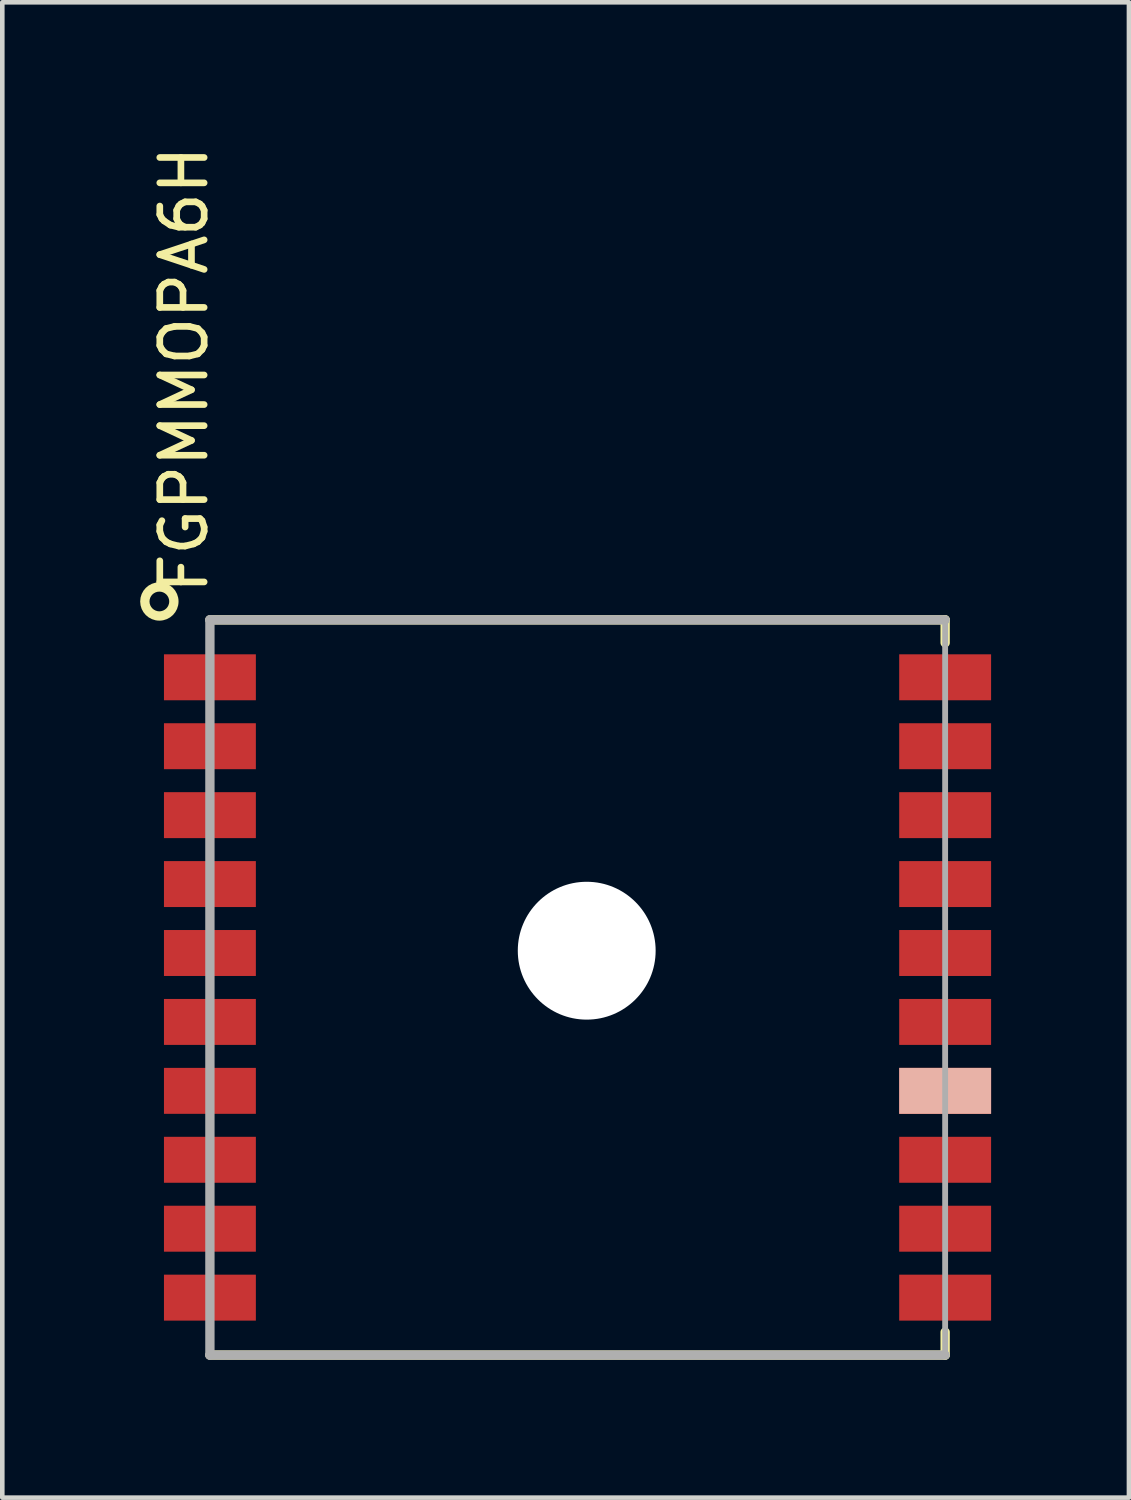
<source format=kicad_pcb>
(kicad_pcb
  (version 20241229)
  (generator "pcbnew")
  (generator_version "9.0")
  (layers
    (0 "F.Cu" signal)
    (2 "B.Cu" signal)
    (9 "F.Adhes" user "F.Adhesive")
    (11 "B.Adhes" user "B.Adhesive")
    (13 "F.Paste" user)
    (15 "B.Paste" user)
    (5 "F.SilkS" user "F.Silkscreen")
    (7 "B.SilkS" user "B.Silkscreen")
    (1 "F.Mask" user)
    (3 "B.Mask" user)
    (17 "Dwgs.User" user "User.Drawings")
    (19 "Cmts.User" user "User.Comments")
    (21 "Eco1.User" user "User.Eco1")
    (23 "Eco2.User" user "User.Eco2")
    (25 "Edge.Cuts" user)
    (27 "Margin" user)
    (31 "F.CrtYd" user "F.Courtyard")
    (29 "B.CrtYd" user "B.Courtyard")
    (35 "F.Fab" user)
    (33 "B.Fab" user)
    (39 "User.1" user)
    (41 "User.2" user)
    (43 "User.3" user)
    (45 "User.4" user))
  (footprint "FGPMMOPA6H"
    (layer "F.Cu")
    (at 9.518 18.439)
    (property "Reference" "FGPMMOPA6H" (at -8 -8.5 270) (layer "F.SilkS") (effects (font (size 0.965 0.965) (thickness 0.145)) (justify left bottom)))
    (attr through_hole)
    (fp_line (start -8 -8) (end 8 -8) (stroke (width 0.203) (type solid)) (layer "F.SilkS"))
    (fp_line (start 8 -8) (end 8 -7.5) (stroke (width 0.203) (type solid)) (layer "F.SilkS"))
    (fp_line (start 8 7.5) (end 8 8) (stroke (width 0.203) (type solid)) (layer "F.SilkS"))
    (fp_line (start 8 8) (end -8 8) (stroke (width 0.203) (type solid)) (layer "F.SilkS"))
    (fp_circle (center -9.1 -8.4) (end -8.784 -8.4) (stroke (width 0.203) (type solid)) (fill no) (layer "F.SilkS"))
    (fp_line (start -8 -8) (end 8 -8) (stroke (width 0.203) (type solid)) (layer "F.Fab"))
    (fp_line (start -8 8) (end -8 -8) (stroke (width 0.203) (type solid)) (layer "F.Fab"))
    (fp_line (start 8 -8) (end 8 8) (stroke (width 0.127) (type solid)) (layer "F.Fab"))
    (fp_line (start 8 8) (end -8 8) (stroke (width 0.203) (type solid)) (layer "F.Fab"))
    (pad "" np_thru_hole circle (at 0.2 -0.8) (size 3 3) (drill 3) (layers "*.Cu" "*.Mask"))
    (pad "1" smd rect (at -8 -6.75) (size 2 1) (layers "F.Cu" "F.Mask" "F.Paste"))
    (pad "2" smd rect (at -8 -5.25) (size 2 1) (layers "F.Cu" "F.Mask" "F.Paste"))
    (pad "3" smd rect (at -8 -3.75) (size 2 1) (layers "F.Cu" "F.Mask" "F.Paste"))
    (pad "4" smd rect (at -8 -2.25) (size 2 1) (layers "F.Cu" "F.Mask" "F.Paste"))
    (pad "5" smd rect (at -8 -0.75) (size 2 1) (layers "F.Cu" "F.Mask" "F.Paste"))
    (pad "6" smd rect (at -8 0.75) (size 2 1) (layers "F.Cu" "F.Mask" "F.Paste"))
    (pad "7" smd rect (at -8 2.25) (size 2 1) (layers "F.Cu" "F.Mask" "F.Paste"))
    (pad "8" smd rect (at -8 3.75) (size 2 1) (layers "F.Cu" "F.Mask" "F.Paste"))
    (pad "9" smd rect (at -8 5.25) (size 2 1) (layers "F.Cu" "F.Mask" "F.Paste"))
    (pad "10" smd rect (at -8 6.75) (size 2 1) (layers "F.Cu" "F.Mask" "F.Paste"))
    (pad "11" smd rect (at 8 6.75 180) (size 2 1) (layers "F.Cu" "F.Mask" "F.Paste"))
    (pad "12" smd rect (at 8 5.25 180) (size 2 1) (layers "F.Cu" "F.Mask" "F.Paste"))
    (pad "13" smd rect (at 8 3.75 180) (size 2 1) (layers "F.Cu" "F.Mask" "F.Paste"))
    (pad "14" smd rect (at 8 2.25 180) (size 2 1) (layers "F.Cu" "F.Mask" "B.SilkS" "F.Paste"))
    (pad "15" smd rect (at 8 0.75 180) (size 2 1) (layers "F.Cu" "F.Mask" "B.Adhes" "F.Paste"))
    (pad "16" smd rect (at 8 -0.75 180) (size 2 1) (layers "F.Cu" "F.Mask" "F.Paste"))
    (pad "17" smd rect (at 8 -2.25 180) (size 2 1) (layers "F.Cu" "F.Mask" "F.Paste"))
    (pad "18" smd rect (at 8 -3.75 180) (size 2 1) (layers "F.Cu" "F.Mask" "F.Paste" "Eco1.User"))
    (pad "19" smd rect (at 8 -5.25 180) (size 2 1) (layers "F.Cu" "F.Mask" "F.Paste"))
    (pad "20" smd rect (at 8 -6.75 180) (size 2 1) (layers "F.Cu" "F.Mask" "F.Paste")))
  (gr_rect
    (start -3 -3)
    (end 21.518 29.541)
    (stroke (width 0.1) (type default))
    (fill no)
    (layer "Edge.Cuts")))
</source>
